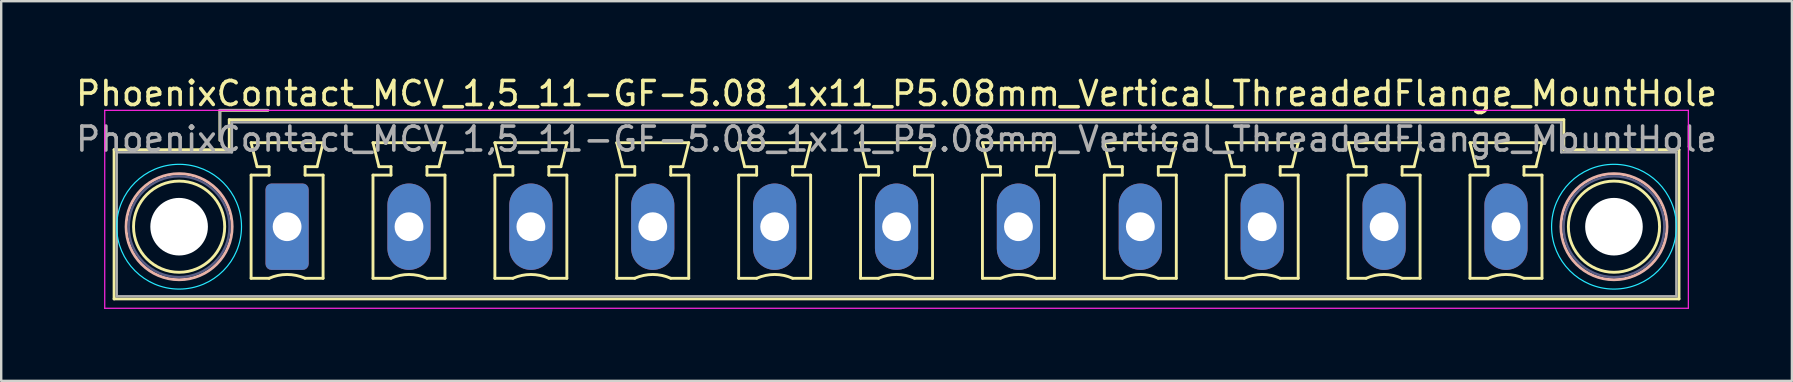
<source format=kicad_pcb>
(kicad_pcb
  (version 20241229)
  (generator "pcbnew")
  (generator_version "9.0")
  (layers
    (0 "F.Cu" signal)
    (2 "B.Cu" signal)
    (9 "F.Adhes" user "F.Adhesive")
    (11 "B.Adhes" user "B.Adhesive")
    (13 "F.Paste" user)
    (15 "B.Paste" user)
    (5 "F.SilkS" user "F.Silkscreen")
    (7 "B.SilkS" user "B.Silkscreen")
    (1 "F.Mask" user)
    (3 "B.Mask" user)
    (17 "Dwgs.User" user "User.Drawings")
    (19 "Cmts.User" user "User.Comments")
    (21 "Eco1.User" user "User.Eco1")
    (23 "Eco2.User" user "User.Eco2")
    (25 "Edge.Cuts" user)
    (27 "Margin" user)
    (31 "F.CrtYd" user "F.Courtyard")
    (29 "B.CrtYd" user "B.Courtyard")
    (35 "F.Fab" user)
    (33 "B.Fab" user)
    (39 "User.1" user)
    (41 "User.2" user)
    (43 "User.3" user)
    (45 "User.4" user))
  (footprint "PhoenixContact_MCV_1,5_11-GF-5.08_1x11_P5.08mm_Vertical_ThreadedFlange_MountHole"
    (layer "F.Cu")
    (at 8.915 6.398)
    (property "Reference" "PhoenixContact_MCV_1,5_11-GF-5.08_1x11_P5.08mm_Vertical_ThreadedFlange_MountHole" (at 25.4 -5.55 0) (layer "F.SilkS") (effects (font (size 1 1) (thickness 0.15))))
    (attr through_hole)
    (fp_line (start -7.21 -3.21) (end -7.21 3.01) (stroke (width 0.12) (type solid)) (layer "F.SilkS"))
    (fp_line (start -7.21 3.01) (end 58.01 3.01) (stroke (width 0.12) (type solid)) (layer "F.SilkS"))
    (fp_line (start -2.8 -4.85) (end -0.8 -4.85) (stroke (width 0.12) (type solid)) (layer "F.SilkS"))
    (fp_line (start -2.8 -3.6) (end -2.8 -4.85) (stroke (width 0.12) (type solid)) (layer "F.SilkS"))
    (fp_line (start -2.41 -4.46) (end -2.41 -3.21) (stroke (width 0.12) (type solid)) (layer "F.SilkS"))
    (fp_line (start -2.41 -3.21) (end -7.21 -3.21) (stroke (width 0.12) (type solid)) (layer "F.SilkS"))
    (fp_line (start -1.5 -3.5) (end 1.5 -3.5) (stroke (width 0.12) (type solid)) (layer "F.SilkS"))
    (fp_line (start -1.5 -2.15) (end -0.75 -2.15) (stroke (width 0.12) (type solid)) (layer "F.SilkS"))
    (fp_line (start -1.5 2.15) (end -1.5 -2.15) (stroke (width 0.12) (type solid)) (layer "F.SilkS"))
    (fp_line (start -1.25 -2.5) (end -1.5 -3.5) (stroke (width 0.12) (type solid)) (layer "F.SilkS"))
    (fp_line (start -0.75 -2.5) (end -1.25 -2.5) (stroke (width 0.12) (type solid)) (layer "F.SilkS"))
    (fp_line (start -0.75 -2.15) (end -0.75 -2.5) (stroke (width 0.12) (type solid)) (layer "F.SilkS"))
    (fp_line (start -0.75 2.15) (end -1.5 2.15) (stroke (width 0.12) (type solid)) (layer "F.SilkS"))
    (fp_line (start 0.75 -2.5) (end 0.75 -2.15) (stroke (width 0.12) (type solid)) (layer "F.SilkS"))
    (fp_line (start 0.75 -2.15) (end 1.5 -2.15) (stroke (width 0.12) (type solid)) (layer "F.SilkS"))
    (fp_line (start 1.25 -2.5) (end 0.75 -2.5) (stroke (width 0.12) (type solid)) (layer "F.SilkS"))
    (fp_line (start 1.5 -3.5) (end 1.25 -2.5) (stroke (width 0.12) (type solid)) (layer "F.SilkS"))
    (fp_line (start 1.5 -2.15) (end 1.5 2.15) (stroke (width 0.12) (type solid)) (layer "F.SilkS"))
    (fp_line (start 1.5 2.15) (end 0.75 2.15) (stroke (width 0.12) (type solid)) (layer "F.SilkS"))
    (fp_line (start 3.58 -3.5) (end 6.58 -3.5) (stroke (width 0.12) (type solid)) (layer "F.SilkS"))
    (fp_line (start 3.58 -2.15) (end 4.33 -2.15) (stroke (width 0.12) (type solid)) (layer "F.SilkS"))
    (fp_line (start 3.58 2.15) (end 3.58 -2.15) (stroke (width 0.12) (type solid)) (layer "F.SilkS"))
    (fp_line (start 3.83 -2.5) (end 3.58 -3.5) (stroke (width 0.12) (type solid)) (layer "F.SilkS"))
    (fp_line (start 4.33 -2.5) (end 3.83 -2.5) (stroke (width 0.12) (type solid)) (layer "F.SilkS"))
    (fp_line (start 4.33 -2.15) (end 4.33 -2.5) (stroke (width 0.12) (type solid)) (layer "F.SilkS"))
    (fp_line (start 4.33 2.15) (end 3.58 2.15) (stroke (width 0.12) (type solid)) (layer "F.SilkS"))
    (fp_line (start 5.83 -2.5) (end 5.83 -2.15) (stroke (width 0.12) (type solid)) (layer "F.SilkS"))
    (fp_line (start 5.83 -2.15) (end 6.58 -2.15) (stroke (width 0.12) (type solid)) (layer "F.SilkS"))
    (fp_line (start 6.33 -2.5) (end 5.83 -2.5) (stroke (width 0.12) (type solid)) (layer "F.SilkS"))
    (fp_line (start 6.58 -3.5) (end 6.33 -2.5) (stroke (width 0.12) (type solid)) (layer "F.SilkS"))
    (fp_line (start 6.58 -2.15) (end 6.58 2.15) (stroke (width 0.12) (type solid)) (layer "F.SilkS"))
    (fp_line (start 6.58 2.15) (end 5.83 2.15) (stroke (width 0.12) (type solid)) (layer "F.SilkS"))
    (fp_line (start 8.66 -3.5) (end 11.66 -3.5) (stroke (width 0.12) (type solid)) (layer "F.SilkS"))
    (fp_line (start 8.66 -2.15) (end 9.41 -2.15) (stroke (width 0.12) (type solid)) (layer "F.SilkS"))
    (fp_line (start 8.66 2.15) (end 8.66 -2.15) (stroke (width 0.12) (type solid)) (layer "F.SilkS"))
    (fp_line (start 8.91 -2.5) (end 8.66 -3.5) (stroke (width 0.12) (type solid)) (layer "F.SilkS"))
    (fp_line (start 9.41 -2.5) (end 8.91 -2.5) (stroke (width 0.12) (type solid)) (layer "F.SilkS"))
    (fp_line (start 9.41 -2.15) (end 9.41 -2.5) (stroke (width 0.12) (type solid)) (layer "F.SilkS"))
    (fp_line (start 9.41 2.15) (end 8.66 2.15) (stroke (width 0.12) (type solid)) (layer "F.SilkS"))
    (fp_line (start 10.91 -2.5) (end 10.91 -2.15) (stroke (width 0.12) (type solid)) (layer "F.SilkS"))
    (fp_line (start 10.91 -2.15) (end 11.66 -2.15) (stroke (width 0.12) (type solid)) (layer "F.SilkS"))
    (fp_line (start 11.41 -2.5) (end 10.91 -2.5) (stroke (width 0.12) (type solid)) (layer "F.SilkS"))
    (fp_line (start 11.66 -3.5) (end 11.41 -2.5) (stroke (width 0.12) (type solid)) (layer "F.SilkS"))
    (fp_line (start 11.66 -2.15) (end 11.66 2.15) (stroke (width 0.12) (type solid)) (layer "F.SilkS"))
    (fp_line (start 11.66 2.15) (end 10.91 2.15) (stroke (width 0.12) (type solid)) (layer "F.SilkS"))
    (fp_line (start 13.74 -3.5) (end 16.74 -3.5) (stroke (width 0.12) (type solid)) (layer "F.SilkS"))
    (fp_line (start 13.74 -2.15) (end 14.49 -2.15) (stroke (width 0.12) (type solid)) (layer "F.SilkS"))
    (fp_line (start 13.74 2.15) (end 13.74 -2.15) (stroke (width 0.12) (type solid)) (layer "F.SilkS"))
    (fp_line (start 13.99 -2.5) (end 13.74 -3.5) (stroke (width 0.12) (type solid)) (layer "F.SilkS"))
    (fp_line (start 14.49 -2.5) (end 13.99 -2.5) (stroke (width 0.12) (type solid)) (layer "F.SilkS"))
    (fp_line (start 14.49 -2.15) (end 14.49 -2.5) (stroke (width 0.12) (type solid)) (layer "F.SilkS"))
    (fp_line (start 14.49 2.15) (end 13.74 2.15) (stroke (width 0.12) (type solid)) (layer "F.SilkS"))
    (fp_line (start 15.99 -2.5) (end 15.99 -2.15) (stroke (width 0.12) (type solid)) (layer "F.SilkS"))
    (fp_line (start 15.99 -2.15) (end 16.74 -2.15) (stroke (width 0.12) (type solid)) (layer "F.SilkS"))
    (fp_line (start 16.49 -2.5) (end 15.99 -2.5) (stroke (width 0.12) (type solid)) (layer "F.SilkS"))
    (fp_line (start 16.74 -3.5) (end 16.49 -2.5) (stroke (width 0.12) (type solid)) (layer "F.SilkS"))
    (fp_line (start 16.74 -2.15) (end 16.74 2.15) (stroke (width 0.12) (type solid)) (layer "F.SilkS"))
    (fp_line (start 16.74 2.15) (end 15.99 2.15) (stroke (width 0.12) (type solid)) (layer "F.SilkS"))
    (fp_line (start 18.82 -3.5) (end 21.82 -3.5) (stroke (width 0.12) (type solid)) (layer "F.SilkS"))
    (fp_line (start 18.82 -2.15) (end 19.57 -2.15) (stroke (width 0.12) (type solid)) (layer "F.SilkS"))
    (fp_line (start 18.82 2.15) (end 18.82 -2.15) (stroke (width 0.12) (type solid)) (layer "F.SilkS"))
    (fp_line (start 19.07 -2.5) (end 18.82 -3.5) (stroke (width 0.12) (type solid)) (layer "F.SilkS"))
    (fp_line (start 19.57 -2.5) (end 19.07 -2.5) (stroke (width 0.12) (type solid)) (layer "F.SilkS"))
    (fp_line (start 19.57 -2.15) (end 19.57 -2.5) (stroke (width 0.12) (type solid)) (layer "F.SilkS"))
    (fp_line (start 19.57 2.15) (end 18.82 2.15) (stroke (width 0.12) (type solid)) (layer "F.SilkS"))
    (fp_line (start 21.07 -2.5) (end 21.07 -2.15) (stroke (width 0.12) (type solid)) (layer "F.SilkS"))
    (fp_line (start 21.07 -2.15) (end 21.82 -2.15) (stroke (width 0.12) (type solid)) (layer "F.SilkS"))
    (fp_line (start 21.57 -2.5) (end 21.07 -2.5) (stroke (width 0.12) (type solid)) (layer "F.SilkS"))
    (fp_line (start 21.82 -3.5) (end 21.57 -2.5) (stroke (width 0.12) (type solid)) (layer "F.SilkS"))
    (fp_line (start 21.82 -2.15) (end 21.82 2.15) (stroke (width 0.12) (type solid)) (layer "F.SilkS"))
    (fp_line (start 21.82 2.15) (end 21.07 2.15) (stroke (width 0.12) (type solid)) (layer "F.SilkS"))
    (fp_line (start 23.9 -3.5) (end 26.9 -3.5) (stroke (width 0.12) (type solid)) (layer "F.SilkS"))
    (fp_line (start 23.9 -2.15) (end 24.65 -2.15) (stroke (width 0.12) (type solid)) (layer "F.SilkS"))
    (fp_line (start 23.9 2.15) (end 23.9 -2.15) (stroke (width 0.12) (type solid)) (layer "F.SilkS"))
    (fp_line (start 24.15 -2.5) (end 23.9 -3.5) (stroke (width 0.12) (type solid)) (layer "F.SilkS"))
    (fp_line (start 24.65 -2.5) (end 24.15 -2.5) (stroke (width 0.12) (type solid)) (layer "F.SilkS"))
    (fp_line (start 24.65 -2.15) (end 24.65 -2.5) (stroke (width 0.12) (type solid)) (layer "F.SilkS"))
    (fp_line (start 24.65 2.15) (end 23.9 2.15) (stroke (width 0.12) (type solid)) (layer "F.SilkS"))
    (fp_line (start 26.15 -2.5) (end 26.15 -2.15) (stroke (width 0.12) (type solid)) (layer "F.SilkS"))
    (fp_line (start 26.15 -2.15) (end 26.9 -2.15) (stroke (width 0.12) (type solid)) (layer "F.SilkS"))
    (fp_line (start 26.65 -2.5) (end 26.15 -2.5) (stroke (width 0.12) (type solid)) (layer "F.SilkS"))
    (fp_line (start 26.9 -3.5) (end 26.65 -2.5) (stroke (width 0.12) (type solid)) (layer "F.SilkS"))
    (fp_line (start 26.9 -2.15) (end 26.9 2.15) (stroke (width 0.12) (type solid)) (layer "F.SilkS"))
    (fp_line (start 26.9 2.15) (end 26.15 2.15) (stroke (width 0.12) (type solid)) (layer "F.SilkS"))
    (fp_line (start 28.98 -3.5) (end 31.98 -3.5) (stroke (width 0.12) (type solid)) (layer "F.SilkS"))
    (fp_line (start 28.98 -2.15) (end 29.73 -2.15) (stroke (width 0.12) (type solid)) (layer "F.SilkS"))
    (fp_line (start 28.98 2.15) (end 28.98 -2.15) (stroke (width 0.12) (type solid)) (layer "F.SilkS"))
    (fp_line (start 29.23 -2.5) (end 28.98 -3.5) (stroke (width 0.12) (type solid)) (layer "F.SilkS"))
    (fp_line (start 29.73 -2.5) (end 29.23 -2.5) (stroke (width 0.12) (type solid)) (layer "F.SilkS"))
    (fp_line (start 29.73 -2.15) (end 29.73 -2.5) (stroke (width 0.12) (type solid)) (layer "F.SilkS"))
    (fp_line (start 29.73 2.15) (end 28.98 2.15) (stroke (width 0.12) (type solid)) (layer "F.SilkS"))
    (fp_line (start 31.23 -2.5) (end 31.23 -2.15) (stroke (width 0.12) (type solid)) (layer "F.SilkS"))
    (fp_line (start 31.23 -2.15) (end 31.98 -2.15) (stroke (width 0.12) (type solid)) (layer "F.SilkS"))
    (fp_line (start 31.73 -2.5) (end 31.23 -2.5) (stroke (width 0.12) (type solid)) (layer "F.SilkS"))
    (fp_line (start 31.98 -3.5) (end 31.73 -2.5) (stroke (width 0.12) (type solid)) (layer "F.SilkS"))
    (fp_line (start 31.98 -2.15) (end 31.98 2.15) (stroke (width 0.12) (type solid)) (layer "F.SilkS"))
    (fp_line (start 31.98 2.15) (end 31.23 2.15) (stroke (width 0.12) (type solid)) (layer "F.SilkS"))
    (fp_line (start 34.06 -3.5) (end 37.06 -3.5) (stroke (width 0.12) (type solid)) (layer "F.SilkS"))
    (fp_line (start 34.06 -2.15) (end 34.81 -2.15) (stroke (width 0.12) (type solid)) (layer "F.SilkS"))
    (fp_line (start 34.06 2.15) (end 34.06 -2.15) (stroke (width 0.12) (type solid)) (layer "F.SilkS"))
    (fp_line (start 34.31 -2.5) (end 34.06 -3.5) (stroke (width 0.12) (type solid)) (layer "F.SilkS"))
    (fp_line (start 34.81 -2.5) (end 34.31 -2.5) (stroke (width 0.12) (type solid)) (layer "F.SilkS"))
    (fp_line (start 34.81 -2.15) (end 34.81 -2.5) (stroke (width 0.12) (type solid)) (layer "F.SilkS"))
    (fp_line (start 34.81 2.15) (end 34.06 2.15) (stroke (width 0.12) (type solid)) (layer "F.SilkS"))
    (fp_line (start 36.31 -2.5) (end 36.31 -2.15) (stroke (width 0.12) (type solid)) (layer "F.SilkS"))
    (fp_line (start 36.31 -2.15) (end 37.06 -2.15) (stroke (width 0.12) (type solid)) (layer "F.SilkS"))
    (fp_line (start 36.81 -2.5) (end 36.31 -2.5) (stroke (width 0.12) (type solid)) (layer "F.SilkS"))
    (fp_line (start 37.06 -3.5) (end 36.81 -2.5) (stroke (width 0.12) (type solid)) (layer "F.SilkS"))
    (fp_line (start 37.06 -2.15) (end 37.06 2.15) (stroke (width 0.12) (type solid)) (layer "F.SilkS"))
    (fp_line (start 37.06 2.15) (end 36.31 2.15) (stroke (width 0.12) (type solid)) (layer "F.SilkS"))
    (fp_line (start 39.14 -3.5) (end 42.14 -3.5) (stroke (width 0.12) (type solid)) (layer "F.SilkS"))
    (fp_line (start 39.14 -2.15) (end 39.89 -2.15) (stroke (width 0.12) (type solid)) (layer "F.SilkS"))
    (fp_line (start 39.14 2.15) (end 39.14 -2.15) (stroke (width 0.12) (type solid)) (layer "F.SilkS"))
    (fp_line (start 39.39 -2.5) (end 39.14 -3.5) (stroke (width 0.12) (type solid)) (layer "F.SilkS"))
    (fp_line (start 39.89 -2.5) (end 39.39 -2.5) (stroke (width 0.12) (type solid)) (layer "F.SilkS"))
    (fp_line (start 39.89 -2.15) (end 39.89 -2.5) (stroke (width 0.12) (type solid)) (layer "F.SilkS"))
    (fp_line (start 39.89 2.15) (end 39.14 2.15) (stroke (width 0.12) (type solid)) (layer "F.SilkS"))
    (fp_line (start 41.39 -2.5) (end 41.39 -2.15) (stroke (width 0.12) (type solid)) (layer "F.SilkS"))
    (fp_line (start 41.39 -2.15) (end 42.14 -2.15) (stroke (width 0.12) (type solid)) (layer "F.SilkS"))
    (fp_line (start 41.89 -2.5) (end 41.39 -2.5) (stroke (width 0.12) (type solid)) (layer "F.SilkS"))
    (fp_line (start 42.14 -3.5) (end 41.89 -2.5) (stroke (width 0.12) (type solid)) (layer "F.SilkS"))
    (fp_line (start 42.14 -2.15) (end 42.14 2.15) (stroke (width 0.12) (type solid)) (layer "F.SilkS"))
    (fp_line (start 42.14 2.15) (end 41.39 2.15) (stroke (width 0.12) (type solid)) (layer "F.SilkS"))
    (fp_line (start 44.22 -3.5) (end 47.22 -3.5) (stroke (width 0.12) (type solid)) (layer "F.SilkS"))
    (fp_line (start 44.22 -2.15) (end 44.97 -2.15) (stroke (width 0.12) (type solid)) (layer "F.SilkS"))
    (fp_line (start 44.22 2.15) (end 44.22 -2.15) (stroke (width 0.12) (type solid)) (layer "F.SilkS"))
    (fp_line (start 44.47 -2.5) (end 44.22 -3.5) (stroke (width 0.12) (type solid)) (layer "F.SilkS"))
    (fp_line (start 44.97 -2.5) (end 44.47 -2.5) (stroke (width 0.12) (type solid)) (layer "F.SilkS"))
    (fp_line (start 44.97 -2.15) (end 44.97 -2.5) (stroke (width 0.12) (type solid)) (layer "F.SilkS"))
    (fp_line (start 44.97 2.15) (end 44.22 2.15) (stroke (width 0.12) (type solid)) (layer "F.SilkS"))
    (fp_line (start 46.47 -2.5) (end 46.47 -2.15) (stroke (width 0.12) (type solid)) (layer "F.SilkS"))
    (fp_line (start 46.47 -2.15) (end 47.22 -2.15) (stroke (width 0.12) (type solid)) (layer "F.SilkS"))
    (fp_line (start 46.97 -2.5) (end 46.47 -2.5) (stroke (width 0.12) (type solid)) (layer "F.SilkS"))
    (fp_line (start 47.22 -3.5) (end 46.97 -2.5) (stroke (width 0.12) (type solid)) (layer "F.SilkS"))
    (fp_line (start 47.22 -2.15) (end 47.22 2.15) (stroke (width 0.12) (type solid)) (layer "F.SilkS"))
    (fp_line (start 47.22 2.15) (end 46.47 2.15) (stroke (width 0.12) (type solid)) (layer "F.SilkS"))
    (fp_line (start 49.3 -3.5) (end 52.3 -3.5) (stroke (width 0.12) (type solid)) (layer "F.SilkS"))
    (fp_line (start 49.3 -2.15) (end 50.05 -2.15) (stroke (width 0.12) (type solid)) (layer "F.SilkS"))
    (fp_line (start 49.3 2.15) (end 49.3 -2.15) (stroke (width 0.12) (type solid)) (layer "F.SilkS"))
    (fp_line (start 49.55 -2.5) (end 49.3 -3.5) (stroke (width 0.12) (type solid)) (layer "F.SilkS"))
    (fp_line (start 50.05 -2.5) (end 49.55 -2.5) (stroke (width 0.12) (type solid)) (layer "F.SilkS"))
    (fp_line (start 50.05 -2.15) (end 50.05 -2.5) (stroke (width 0.12) (type solid)) (layer "F.SilkS"))
    (fp_line (start 50.05 2.15) (end 49.3 2.15) (stroke (width 0.12) (type solid)) (layer "F.SilkS"))
    (fp_line (start 51.55 -2.5) (end 51.55 -2.15) (stroke (width 0.12) (type solid)) (layer "F.SilkS"))
    (fp_line (start 51.55 -2.15) (end 52.3 -2.15) (stroke (width 0.12) (type solid)) (layer "F.SilkS"))
    (fp_line (start 52.05 -2.5) (end 51.55 -2.5) (stroke (width 0.12) (type solid)) (layer "F.SilkS"))
    (fp_line (start 52.3 -3.5) (end 52.05 -2.5) (stroke (width 0.12) (type solid)) (layer "F.SilkS"))
    (fp_line (start 52.3 -2.15) (end 52.3 2.15) (stroke (width 0.12) (type solid)) (layer "F.SilkS"))
    (fp_line (start 52.3 2.15) (end 51.55 2.15) (stroke (width 0.12) (type solid)) (layer "F.SilkS"))
    (fp_line (start 53.21 -4.46) (end -2.41 -4.46) (stroke (width 0.12) (type solid)) (layer "F.SilkS"))
    (fp_line (start 53.21 -3.21) (end 53.21 -4.46) (stroke (width 0.12) (type solid)) (layer "F.SilkS"))
    (fp_line (start 58.01 -3.21) (end 53.21 -3.21) (stroke (width 0.12) (type solid)) (layer "F.SilkS"))
    (fp_line (start 58.01 3.01) (end 58.01 -3.21) (stroke (width 0.12) (type solid)) (layer "F.SilkS"))
    (fp_arc (start -0.75 2.15) (mid -0.000193 1.99191) (end 0.749647 2.149844) (stroke (width 0.12) (type solid)) (layer "F.SilkS"))
    (fp_arc (start 4.33 2.15) (mid 5.079807 1.99191) (end 5.829647 2.149844) (stroke (width 0.12) (type solid)) (layer "F.SilkS"))
    (fp_arc (start 9.41 2.15) (mid 10.159807 1.99191) (end 10.909647 2.149844) (stroke (width 0.12) (type solid)) (layer "F.SilkS"))
    (fp_arc (start 14.49 2.15) (mid 15.239807 1.99191) (end 15.989647 2.149844) (stroke (width 0.12) (type solid)) (layer "F.SilkS"))
    (fp_arc (start 19.57 2.15) (mid 20.319807 1.99191) (end 21.069647 2.149844) (stroke (width 0.12) (type solid)) (layer "F.SilkS"))
    (fp_arc (start 24.65 2.15) (mid 25.399807 1.99191) (end 26.149647 2.149844) (stroke (width 0.12) (type solid)) (layer "F.SilkS"))
    (fp_arc (start 29.73 2.15) (mid 30.479807 1.99191) (end 31.229647 2.149844) (stroke (width 0.12) (type solid)) (layer "F.SilkS"))
    (fp_arc (start 34.81 2.15) (mid 35.559807 1.99191) (end 36.309647 2.149844) (stroke (width 0.12) (type solid)) (layer "F.SilkS"))
    (fp_arc (start 39.89 2.15) (mid 40.639807 1.99191) (end 41.389647 2.149844) (stroke (width 0.12) (type solid)) (layer "F.SilkS"))
    (fp_arc (start 44.97 2.15) (mid 45.719807 1.99191) (end 46.469647 2.149844) (stroke (width 0.12) (type solid)) (layer "F.SilkS"))
    (fp_arc (start 50.05 2.15) (mid 50.799807 1.99191) (end 51.549647 2.149844) (stroke (width 0.12) (type solid)) (layer "F.SilkS"))
    (fp_circle (center -4.5 0) (end -2.6 0) (stroke (width 0.12) (type solid)) (fill no) (layer "F.SilkS"))
    (fp_circle (center 55.3 0) (end 57.2 0) (stroke (width 0.12) (type solid)) (fill no) (layer "F.SilkS"))
    (fp_circle (center -4.5 0) (end -2.29 0) (stroke (width 0.12) (type solid)) (fill no) (layer "B.SilkS"))
    (fp_circle (center 55.3 0) (end 57.51 0) (stroke (width 0.12) (type solid)) (fill no) (layer "B.SilkS"))
    (fp_circle (center -4.5 0) (end -1.9 0) (stroke (width 0.05) (type solid)) (fill no) (layer "B.CrtYd"))
    (fp_circle (center 55.3 0) (end 57.9 0) (stroke (width 0.05) (type solid)) (fill no) (layer "B.CrtYd"))
    (fp_line (start -7.6 -4.85) (end -7.6 3.4) (stroke (width 0.05) (type solid)) (layer "F.CrtYd"))
    (fp_line (start -7.6 3.4) (end 58.4 3.4) (stroke (width 0.05) (type solid)) (layer "F.CrtYd"))
    (fp_line (start 58.4 -4.85) (end -7.6 -4.85) (stroke (width 0.05) (type solid)) (layer "F.CrtYd"))
    (fp_line (start 58.4 3.4) (end 58.4 -4.85) (stroke (width 0.05) (type solid)) (layer "F.CrtYd"))
    (fp_circle (center -4.5 0) (end -2.4 0) (stroke (width 0.1) (type solid)) (fill no) (layer "B.Fab"))
    (fp_circle (center 55.3 0) (end 57.4 0) (stroke (width 0.1) (type solid)) (fill no) (layer "B.Fab"))
    (fp_line (start -7.1 -3.1) (end -7.1 2.9) (stroke (width 0.1) (type solid)) (layer "F.Fab"))
    (fp_line (start -7.1 2.9) (end 57.9 2.9) (stroke (width 0.1) (type solid)) (layer "F.Fab"))
    (fp_line (start -2.8 -4.85) (end -0.8 -4.85) (stroke (width 0.1) (type solid)) (layer "F.Fab"))
    (fp_line (start -2.8 -3.6) (end -2.8 -4.85) (stroke (width 0.1) (type solid)) (layer "F.Fab"))
    (fp_line (start -2.3 -4.35) (end -2.3 -3.1) (stroke (width 0.1) (type solid)) (layer "F.Fab"))
    (fp_line (start -2.3 -3.1) (end -7.1 -3.1) (stroke (width 0.1) (type solid)) (layer "F.Fab"))
    (fp_line (start 53.1 -4.35) (end -2.3 -4.35) (stroke (width 0.1) (type solid)) (layer "F.Fab"))
    (fp_line (start 53.1 -3.1) (end 53.1 -4.35) (stroke (width 0.1) (type solid)) (layer "F.Fab"))
    (fp_line (start 57.9 -3.1) (end 53.1 -3.1) (stroke (width 0.1) (type solid)) (layer "F.Fab"))
    (fp_line (start 57.9 2.9) (end 57.9 -3.1) (stroke (width 0.1) (type solid)) (layer "F.Fab"))
    (fp_text user "${REFERENCE}" (at 25.4 -3.65 0) (layer "F.Fab") (effects (font (size 1 1) (thickness 0.15))))
    (pad "" np_thru_hole circle (at -4.5 0) (size 2.4 2.4) (drill 2.4) (layers "*.Cu" "*.Mask"))
    (pad "" np_thru_hole circle (at 55.3 0) (size 2.4 2.4) (drill 2.4) (layers "*.Cu" "*.Mask"))
    (pad "1" thru_hole roundrect (at 0 0) (size 1.8 3.6) (drill 1.2) (layers "*.Cu" "*.Mask") (roundrect_rratio 0.139))
    (pad "2" thru_hole oval (at 5.08 0) (size 1.8 3.6) (drill 1.2) (layers "*.Cu" "*.Mask"))
    (pad "3" thru_hole oval (at 10.16 0) (size 1.8 3.6) (drill 1.2) (layers "*.Cu" "*.Mask"))
    (pad "4" thru_hole oval (at 15.24 0) (size 1.8 3.6) (drill 1.2) (layers "*.Cu" "*.Mask"))
    (pad "5" thru_hole oval (at 20.32 0) (size 1.8 3.6) (drill 1.2) (layers "*.Cu" "*.Mask"))
    (pad "6" thru_hole oval (at 25.4 0) (size 1.8 3.6) (drill 1.2) (layers "*.Cu" "*.Mask"))
    (pad "7" thru_hole oval (at 30.48 0) (size 1.8 3.6) (drill 1.2) (layers "*.Cu" "*.Mask"))
    (pad "8" thru_hole oval (at 35.56 0) (size 1.8 3.6) (drill 1.2) (layers "*.Cu" "*.Mask"))
    (pad "9" thru_hole oval (at 40.64 0) (size 1.8 3.6) (drill 1.2) (layers "*.Cu" "*.Mask"))
    (pad "10" thru_hole oval (at 45.72 0) (size 1.8 3.6) (drill 1.2) (layers "*.Cu" "*.Mask"))
    (pad "11" thru_hole oval (at 50.8 0) (size 1.8 3.6) (drill 1.2) (layers "*.Cu" "*.Mask")))
  (gr_rect
    (start -3 -3)
    (end 71.631 12.823)
    (stroke (width 0.1) (type default))
    (fill no)
    (layer "Edge.Cuts")))
</source>
